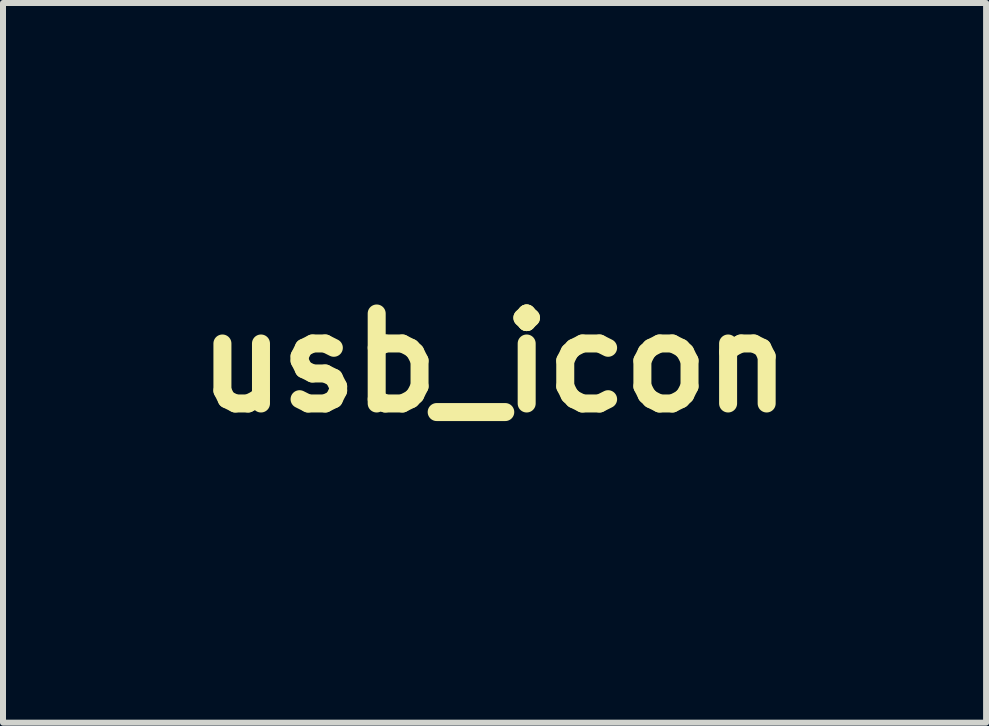
<source format=kicad_pcb>
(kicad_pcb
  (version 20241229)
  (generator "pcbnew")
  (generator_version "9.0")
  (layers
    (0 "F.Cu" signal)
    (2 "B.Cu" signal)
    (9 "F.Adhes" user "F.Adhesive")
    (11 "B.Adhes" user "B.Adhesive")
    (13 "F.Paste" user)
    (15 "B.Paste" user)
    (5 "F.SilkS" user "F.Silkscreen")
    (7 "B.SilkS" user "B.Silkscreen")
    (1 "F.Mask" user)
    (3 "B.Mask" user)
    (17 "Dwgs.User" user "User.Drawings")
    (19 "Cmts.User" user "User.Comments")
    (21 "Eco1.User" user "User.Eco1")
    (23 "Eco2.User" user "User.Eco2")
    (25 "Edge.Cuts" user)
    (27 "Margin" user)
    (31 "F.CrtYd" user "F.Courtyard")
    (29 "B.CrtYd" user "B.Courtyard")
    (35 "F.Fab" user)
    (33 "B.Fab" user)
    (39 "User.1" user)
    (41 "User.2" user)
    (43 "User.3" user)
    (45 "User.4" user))
  (footprint "usb_icon"
    (layer "F.Cu")
    (at 5.193 2.997)
    (property "Reference" "usb_icon" (at 0 0 0) (layer "F.SilkS") (effects (font (size 1.5 1.5) (thickness 0.3))))
    (attr board_only exclude_from_pos_files exclude_from_bom)
    (fp_poly (pts (xy 0.032 -2.995) (xy 0.067 -2.988) (xy 0.101 -2.976) (xy 0.133 -2.959) (xy 0.162 -2.938) (xy 0.169 -2.932) (xy 0.172 -2.928) (xy 0.179 -2.921) (xy 0.19 -2.909) (xy 0.203 -2.894) (xy 0.22 -2.876) (xy 0.239 -2.855) (xy 0.26 -2.831) (xy 0.284 -2.804) (xy 0.31 -2.776) (xy 0.337 -2.745) (xy 0.365 -2.713) (xy 0.395 -2.68) (xy 0.418 -2.654) (xy 0.449 -2.62) (xy 0.479 -2.585) (xy 0.509 -2.552) (xy 0.538 -2.519) (xy 0.565 -2.489) (xy 0.591 -2.46) (xy 0.614 -2.433) (xy 0.636 -2.409) (xy 0.655 -2.387) (xy 0.671 -2.369) (xy 0.684 -2.354) (xy 0.694 -2.343) (xy 0.698 -2.339) (xy 0.711 -2.324) (xy 0.724 -2.31) (xy 0.735 -2.297) (xy 0.744 -2.287) (xy 0.75 -2.279) (xy 0.751 -2.278) (xy 0.767 -2.252) (xy 0.778 -2.223) (xy 0.784 -2.193) (xy 0.785 -2.175) (xy 0.784 -2.153) (xy 0.781 -2.134) (xy 0.775 -2.115) (xy 0.767 -2.097) (xy 0.751 -2.07) (xy 0.731 -2.047) (xy 0.706 -2.028) (xy 0.678 -2.013) (xy 0.654 -2.004) (xy 0.65 -2.003) (xy 0.646 -2.002) (xy 0.64 -2.001) (xy 0.633 -2.001) (xy 0.623 -2) (xy 0.611 -2) (xy 0.596 -1.999) (xy 0.578 -1.999) (xy 0.556 -1.999) (xy 0.53 -1.998) (xy 0.499 -1.998) (xy 0.462 -1.998) (xy 0.444 -1.998) (xy 0.252 -1.997) (xy 0.252 -0.733) (xy 0.252 -0.627) (xy 0.252 -0.527) (xy 0.252 -0.432) (xy 0.252 -0.343) (xy 0.252 -0.259) (xy 0.252 -0.181) (xy 0.252 -0.107) (xy 0.252 -0.038) (xy 0.252 0.026) (xy 0.252 0.085) (xy 0.252 0.14) (xy 0.252 0.191) (xy 0.252 0.238) (xy 0.253 0.28) (xy 0.253 0.319) (xy 0.253 0.353) (xy 0.253 0.385) (xy 0.253 0.412) (xy 0.253 0.437) (xy 0.254 0.458) (xy 0.254 0.476) (xy 0.254 0.491) (xy 0.254 0.503) (xy 0.254 0.513) (xy 0.255 0.52) (xy 0.255 0.525) (xy 0.255 0.528) (xy 0.255 0.528) (xy 0.258 0.526) (xy 0.266 0.521) (xy 0.277 0.514) (xy 0.293 0.503) (xy 0.313 0.49) (xy 0.337 0.474) (xy 0.364 0.456) (xy 0.394 0.436) (xy 0.427 0.414) (xy 0.462 0.39) (xy 0.501 0.365) (xy 0.541 0.338) (xy 0.583 0.31) (xy 0.627 0.281) (xy 0.673 0.25) (xy 0.707 0.227) (xy 0.763 0.19) (xy 0.814 0.156) (xy 0.86 0.125) (xy 0.902 0.097) (xy 0.94 0.072) (xy 0.975 0.049) (xy 1.006 0.028) (xy 1.033 0.009) (xy 1.057 -0.007) (xy 1.078 -0.021) (xy 1.097 -0.034) (xy 1.113 -0.045) (xy 1.127 -0.055) (xy 1.138 -0.063) (xy 1.148 -0.07) (xy 1.156 -0.076) (xy 1.163 -0.081) (xy 1.168 -0.085) (xy 1.172 -0.089) (xy 1.176 -0.092) (xy 1.177 -0.094) (xy 1.202 -0.123) (xy 1.221 -0.155) (xy 1.236 -0.191) (xy 1.246 -0.218) (xy 1.247 -0.358) (xy 1.248 -0.497) (xy 1.222 -0.501) (xy 1.202 -0.504) (xy 1.181 -0.51) (xy 1.161 -0.516) (xy 1.143 -0.522) (xy 1.138 -0.525) (xy 1.105 -0.544) (xy 1.076 -0.568) (xy 1.052 -0.597) (xy 1.031 -0.629) (xy 1.014 -0.664) (xy 1.006 -0.688) (xy 1.005 -0.692) (xy 1.004 -0.695) (xy 1.004 -0.7) (xy 1.003 -0.704) (xy 1.002 -0.71) (xy 1.002 -0.718) (xy 1.001 -0.727) (xy 1.001 -0.739) (xy 1.001 -0.753) (xy 1 -0.77) (xy 1 -0.79) (xy 1 -0.815) (xy 1 -0.843) (xy 1 -0.875) (xy 0.999 -0.913) (xy 0.999 -0.956) (xy 0.999 -0.991) (xy 0.999 -1.039) (xy 0.999 -1.081) (xy 0.999 -1.118) (xy 0.999 -1.15) (xy 0.999 -1.178) (xy 0.999 -1.202) (xy 0.999 -1.222) (xy 0.999 -1.239) (xy 1 -1.253) (xy 1 -1.264) (xy 1.001 -1.273) (xy 1.001 -1.281) (xy 1.002 -1.287) (xy 1.002 -1.292) (xy 1.003 -1.296) (xy 1.013 -1.333) (xy 1.029 -1.368) (xy 1.049 -1.399) (xy 1.072 -1.426) (xy 1.096 -1.447) (xy 1.12 -1.464) (xy 1.148 -1.478) (xy 1.177 -1.489) (xy 1.202 -1.498) (xy 1.499 -1.498) (xy 1.797 -1.498) (xy 1.824 -1.488) (xy 1.861 -1.472) (xy 1.894 -1.452) (xy 1.923 -1.428) (xy 1.948 -1.399) (xy 1.969 -1.367) (xy 1.985 -1.332) (xy 1.992 -1.31) (xy 1.993 -1.306) (xy 1.994 -1.302) (xy 1.995 -1.298) (xy 1.996 -1.293) (xy 1.996 -1.288) (xy 1.997 -1.28) (xy 1.997 -1.271) (xy 1.998 -1.26) (xy 1.998 -1.246) (xy 1.998 -1.229) (xy 1.998 -1.209) (xy 1.999 -1.186) (xy 1.999 -1.158) (xy 1.999 -1.125) (xy 1.999 -1.088) (xy 1.999 -1.046) (xy 1.999 -1.014) (xy 1.999 -0.965) (xy 2 -0.921) (xy 2 -0.882) (xy 2 -0.848) (xy 1.999 -0.819) (xy 1.999 -0.793) (xy 1.999 -0.771) (xy 1.998 -0.752) (xy 1.998 -0.736) (xy 1.997 -0.722) (xy 1.996 -0.71) (xy 1.994 -0.7) (xy 1.993 -0.692) (xy 1.991 -0.684) (xy 1.989 -0.677) (xy 1.986 -0.67) (xy 1.984 -0.662) (xy 1.983 -0.66) (xy 1.966 -0.626) (xy 1.945 -0.595) (xy 1.92 -0.568) (xy 1.891 -0.544) (xy 1.859 -0.526) (xy 1.824 -0.511) (xy 1.785 -0.502) (xy 1.775 -0.501) (xy 1.748 -0.497) (xy 1.748 -0.356) (xy 1.748 -0.327) (xy 1.748 -0.299) (xy 1.748 -0.272) (xy 1.747 -0.248) (xy 1.747 -0.226) (xy 1.746 -0.209) (xy 1.746 -0.196) (xy 1.745 -0.189) (xy 1.735 -0.124) (xy 1.72 -0.06) (xy 1.699 0.002) (xy 1.673 0.061) (xy 1.642 0.118) (xy 1.607 0.172) (xy 1.567 0.223) (xy 1.522 0.27) (xy 1.474 0.313) (xy 1.469 0.317) (xy 1.463 0.321) (xy 1.453 0.328) (xy 1.439 0.338) (xy 1.42 0.351) (xy 1.397 0.366) (xy 1.371 0.384) (xy 1.341 0.404) (xy 1.308 0.427) (xy 1.272 0.451) (xy 1.233 0.478) (xy 1.191 0.506) (xy 1.147 0.535) (xy 1.1 0.566) (xy 1.052 0.599) (xy 1.002 0.632) (xy 0.951 0.666) (xy 0.898 0.702) (xy 0.844 0.737) (xy 0.252 1.132) (xy 0.252 1.599) (xy 0.252 2.067) (xy 0.267 2.076) (xy 0.3 2.099) (xy 0.333 2.126) (xy 0.364 2.157) (xy 0.393 2.19) (xy 0.414 2.22) (xy 0.425 2.237) (xy 0.437 2.258) (xy 0.448 2.28) (xy 0.459 2.303) (xy 0.468 2.323) (xy 0.474 2.34) (xy 0.488 2.392) (xy 0.497 2.445) (xy 0.5 2.498) (xy 0.497 2.55) (xy 0.489 2.602) (xy 0.476 2.652) (xy 0.457 2.7) (xy 0.434 2.747) (xy 0.405 2.791) (xy 0.371 2.832) (xy 0.354 2.849) (xy 0.324 2.878) (xy 0.294 2.903) (xy 0.263 2.924) (xy 0.23 2.943) (xy 0.194 2.959) (xy 0.145 2.977) (xy 0.095 2.989) (xy 0.043 2.997) (xy -0.01 2.998) (xy -0.062 2.995) (xy -0.078 2.993) (xy -0.13 2.982) (xy -0.18 2.965) (xy -0.228 2.944) (xy -0.274 2.917) (xy -0.316 2.886) (xy -0.356 2.85) (xy -0.392 2.81) (xy -0.404 2.794) (xy -0.415 2.777) (xy -0.428 2.757) (xy -0.44 2.734) (xy -0.452 2.71) (xy -0.463 2.687) (xy -0.471 2.666) (xy -0.476 2.654) (xy -0.489 2.602) (xy -0.498 2.549) (xy -0.5 2.496) (xy -0.497 2.444) (xy -0.489 2.392) (xy -0.475 2.342) (xy -0.456 2.294) (xy -0.432 2.247) (xy -0.403 2.203) (xy -0.369 2.162) (xy -0.354 2.146) (xy -0.33 2.124) (xy -0.305 2.103) (xy -0.28 2.085) (xy -0.267 2.076) (xy -0.252 2.067) (xy -0.253 1.974) (xy -0.253 1.881) (xy -0.848 1.485) (xy -0.902 1.449) (xy -0.955 1.413) (xy -1.006 1.379) (xy -1.056 1.346) (xy -1.104 1.313) (xy -1.151 1.282) (xy -1.195 1.253) (xy -1.236 1.225) (xy -1.275 1.199) (xy -1.311 1.174) (xy -1.344 1.152) (xy -1.374 1.132) (xy -1.4 1.114) (xy -1.422 1.099) (xy -1.441 1.086) (xy -1.455 1.077) (xy -1.465 1.07) (xy -1.47 1.066) (xy -1.47 1.066) (xy -1.496 1.044) (xy -1.522 1.019) (xy -1.548 0.993) (xy -1.572 0.967) (xy -1.584 0.952) (xy -1.623 0.899) (xy -1.656 0.844) (xy -1.684 0.787) (xy -1.708 0.727) (xy -1.727 0.664) (xy -1.738 0.612) (xy -1.746 0.57) (xy -1.748 0.377) (xy -1.75 0.184) (xy -1.776 0.166) (xy -1.82 0.133) (xy -1.86 0.096) (xy -1.895 0.056) (xy -1.925 0.013) (xy -1.95 -0.034) (xy -1.971 -0.082) (xy -1.985 -0.134) (xy -1.987 -0.139) (xy -1.996 -0.193) (xy -1.999 -0.247) (xy -1.997 -0.3) (xy -1.989 -0.352) (xy -1.975 -0.404) (xy -1.955 -0.454) (xy -1.931 -0.502) (xy -1.911 -0.533) (xy -1.896 -0.553) (xy -1.878 -0.575) (xy -1.857 -0.597) (xy -1.835 -0.619) (xy -1.814 -0.638) (xy -1.793 -0.655) (xy -1.786 -0.66) (xy -1.74 -0.688) (xy -1.691 -0.712) (xy -1.64 -0.729) (xy -1.588 -0.741) (xy -1.535 -0.748) (xy -1.52 -0.749) (xy -1.465 -0.748) (xy -1.413 -0.742) (xy -1.362 -0.731) (xy -1.312 -0.713) (xy -1.264 -0.69) (xy -1.258 -0.687) (xy -1.213 -0.659) (xy -1.171 -0.626) (xy -1.133 -0.589) (xy -1.099 -0.549) (xy -1.07 -0.505) (xy -1.045 -0.458) (xy -1.025 -0.409) (xy -1.011 -0.358) (xy -1.007 -0.337) (xy -1.004 -0.314) (xy -1.001 -0.288) (xy -1 -0.259) (xy -1 -0.23) (xy -1.002 -0.203) (xy -1.004 -0.179) (xy -1.005 -0.17) (xy -1.017 -0.117) (xy -1.034 -0.066) (xy -1.057 -0.018) (xy -1.083 0.028) (xy -1.115 0.07) (xy -1.15 0.108) (xy -1.19 0.143) (xy -1.22 0.165) (xy -1.248 0.183) (xy -1.247 0.357) (xy -1.246 0.531) (xy -1.236 0.559) (xy -1.221 0.596) (xy -1.201 0.628) (xy -1.177 0.656) (xy -1.174 0.659) (xy -1.17 0.663) (xy -1.165 0.667) (xy -1.16 0.671) (xy -1.152 0.677) (xy -1.143 0.683) (xy -1.133 0.691) (xy -1.12 0.7) (xy -1.105 0.71) (xy -1.088 0.722) (xy -1.068 0.735) (xy -1.045 0.751) (xy -1.02 0.768) (xy -0.99 0.788) (xy -0.958 0.81) (xy -0.922 0.834) (xy -0.881 0.861) (xy -0.837 0.89) (xy -0.788 0.923) (xy -0.735 0.959) (xy -0.712 0.974) (xy -0.665 1.005) (xy -0.62 1.035) (xy -0.577 1.064) (xy -0.535 1.092) (xy -0.495 1.118) (xy -0.458 1.143) (xy -0.423 1.166) (xy -0.39 1.188) (xy -0.361 1.207) (xy -0.335 1.225) (xy -0.312 1.24) (xy -0.293 1.252) (xy -0.278 1.262) (xy -0.268 1.269) (xy -0.261 1.274) (xy -0.26 1.275) (xy -0.252 1.28) (xy -0.252 -0.358) (xy -0.252 -1.997) (xy -0.446 -1.998) (xy -0.485 -1.998) (xy -0.519 -1.998) (xy -0.548 -1.999) (xy -0.572 -1.999) (xy -0.592 -1.999) (xy -0.609 -2) (xy -0.622 -2) (xy -0.632 -2.001) (xy -0.641 -2.001) (xy -0.647 -2.002) (xy -0.652 -2.003) (xy -0.656 -2.004) (xy -0.656 -2.004) (xy -0.686 -2.016) (xy -0.713 -2.032) (xy -0.737 -2.053) (xy -0.756 -2.078) (xy -0.771 -2.106) (xy -0.78 -2.133) (xy -0.784 -2.158) (xy -0.784 -2.185) (xy -0.781 -2.211) (xy -0.774 -2.236) (xy -0.768 -2.25) (xy -0.764 -2.257) (xy -0.76 -2.264) (xy -0.755 -2.272) (xy -0.748 -2.281) (xy -0.739 -2.292) (xy -0.728 -2.305) (xy -0.714 -2.321) (xy -0.698 -2.339) (xy -0.69 -2.348) (xy -0.679 -2.36) (xy -0.664 -2.377) (xy -0.647 -2.396) (xy -0.627 -2.419) (xy -0.604 -2.444) (xy -0.579 -2.472) (xy -0.553 -2.502) (xy -0.525 -2.534) (xy -0.496 -2.567) (xy -0.466 -2.601) (xy -0.435 -2.635) (xy -0.418 -2.654) (xy -0.387 -2.689) (xy -0.358 -2.722) (xy -0.33 -2.753) (xy -0.303 -2.783) (xy -0.278 -2.812) (xy -0.254 -2.838) (xy -0.233 -2.861) (xy -0.214 -2.882) (xy -0.198 -2.9) (xy -0.185 -2.914) (xy -0.175 -2.925) (xy -0.169 -2.932) (xy -0.166 -2.935) (xy -0.138 -2.957) (xy -0.106 -2.974) (xy -0.073 -2.987) (xy -0.039 -2.994) (xy -0.003 -2.997)) (stroke (width 0) (type solid)) (fill yes) (layer "F.Mask")))
  (gr_rect
    (start -3 -3)
    (end 13.386 8.995)
    (stroke (width 0.1) (type default))
    (fill no)
    (layer "Edge.Cuts")))
</source>
